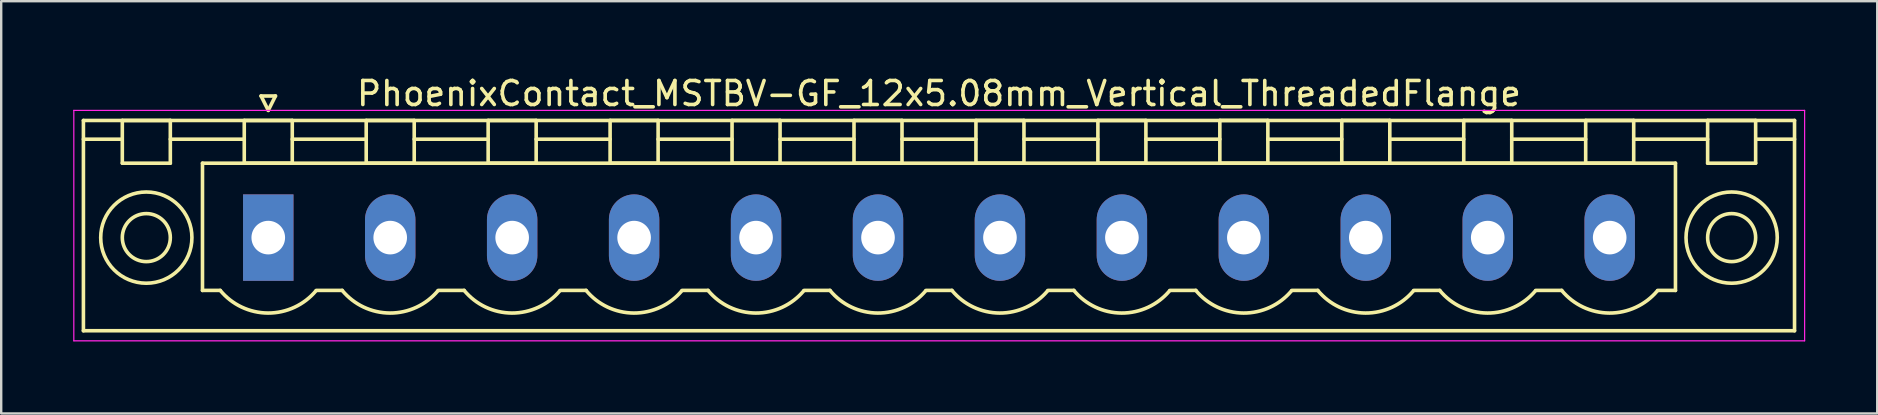
<source format=kicad_pcb>
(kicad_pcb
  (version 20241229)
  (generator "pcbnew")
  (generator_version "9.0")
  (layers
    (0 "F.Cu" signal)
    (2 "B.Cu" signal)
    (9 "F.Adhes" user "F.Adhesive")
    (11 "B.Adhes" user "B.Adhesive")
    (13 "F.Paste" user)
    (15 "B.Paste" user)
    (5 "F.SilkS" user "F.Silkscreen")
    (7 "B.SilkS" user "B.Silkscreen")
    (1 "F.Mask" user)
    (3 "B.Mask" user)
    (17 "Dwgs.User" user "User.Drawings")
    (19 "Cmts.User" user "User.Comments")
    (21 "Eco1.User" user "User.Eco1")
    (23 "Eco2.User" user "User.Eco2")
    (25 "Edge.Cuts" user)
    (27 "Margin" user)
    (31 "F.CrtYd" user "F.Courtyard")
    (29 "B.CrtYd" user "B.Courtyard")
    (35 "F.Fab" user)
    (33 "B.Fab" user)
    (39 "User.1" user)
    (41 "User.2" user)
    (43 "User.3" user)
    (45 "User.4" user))
  (footprint "PhoenixContact_MSTBV-GF_12x5.08mm_Vertical_ThreadedFlange"
    (layer "F.Cu")
    (at 8.125 6.848)
    (property "Reference" "PhoenixContact_MSTBV-GF_12x5.08mm_Vertical_ThreadedFlange" (at 27.94 -6 0) (layer "F.SilkS") (effects (font (size 1 1) (thickness 0.15))))
    (attr through_hole)
    (fp_line (start -7.7 -4.88) (end -7.7 3.88) (stroke (width 0.15) (type solid)) (layer "F.SilkS"))
    (fp_line (start -7.7 -4.1) (end -6.16 -4.1) (stroke (width 0.15) (type solid)) (layer "F.SilkS"))
    (fp_line (start -7.7 3.88) (end 63.58 3.88) (stroke (width 0.15) (type solid)) (layer "F.SilkS"))
    (fp_line (start -6.08 -4.88) (end -4.08 -4.88) (stroke (width 0.15) (type solid)) (layer "F.SilkS"))
    (fp_line (start -6.08 -3.1) (end -6.08 -4.88) (stroke (width 0.15) (type solid)) (layer "F.SilkS"))
    (fp_line (start -4.08 -4.88) (end -4.08 -3.1) (stroke (width 0.15) (type solid)) (layer "F.SilkS"))
    (fp_line (start -4.08 -4.1) (end -1 -4.1) (stroke (width 0.15) (type solid)) (layer "F.SilkS"))
    (fp_line (start -4.08 -3.1) (end -6.08 -3.1) (stroke (width 0.15) (type solid)) (layer "F.SilkS"))
    (fp_line (start -2.74 -3.1) (end 58.62 -3.1) (stroke (width 0.15) (type solid)) (layer "F.SilkS"))
    (fp_line (start -2.74 2.2) (end -2.74 -3.1) (stroke (width 0.15) (type solid)) (layer "F.SilkS"))
    (fp_line (start -2 2.2) (end -2.74 2.2) (stroke (width 0.15) (type solid)) (layer "F.SilkS"))
    (fp_line (start -1 -4.88) (end 1 -4.88) (stroke (width 0.15) (type solid)) (layer "F.SilkS"))
    (fp_line (start -1 -3.1) (end -1 -4.88) (stroke (width 0.15) (type solid)) (layer "F.SilkS"))
    (fp_line (start -0.3 -5.9) (end 0 -5.3) (stroke (width 0.15) (type solid)) (layer "F.SilkS"))
    (fp_line (start 0 -5.3) (end 0.3 -5.9) (stroke (width 0.15) (type solid)) (layer "F.SilkS"))
    (fp_line (start 0.3 -5.9) (end -0.3 -5.9) (stroke (width 0.15) (type solid)) (layer "F.SilkS"))
    (fp_line (start 1 -4.88) (end 1 -3.1) (stroke (width 0.15) (type solid)) (layer "F.SilkS"))
    (fp_line (start 1 -4.1) (end 4.08 -4.1) (stroke (width 0.15) (type solid)) (layer "F.SilkS"))
    (fp_line (start 1 -3.1) (end -1 -3.1) (stroke (width 0.15) (type solid)) (layer "F.SilkS"))
    (fp_line (start 2 2.2) (end 3.08 2.2) (stroke (width 0.15) (type solid)) (layer "F.SilkS"))
    (fp_line (start 4.08 -4.88) (end 6.08 -4.88) (stroke (width 0.15) (type solid)) (layer "F.SilkS"))
    (fp_line (start 4.08 -3.1) (end 4.08 -4.88) (stroke (width 0.15) (type solid)) (layer "F.SilkS"))
    (fp_line (start 6.08 -4.88) (end 6.08 -3.1) (stroke (width 0.15) (type solid)) (layer "F.SilkS"))
    (fp_line (start 6.08 -4.1) (end 9.16 -4.1) (stroke (width 0.15) (type solid)) (layer "F.SilkS"))
    (fp_line (start 6.08 -3.1) (end 4.08 -3.1) (stroke (width 0.15) (type solid)) (layer "F.SilkS"))
    (fp_line (start 7.08 2.2) (end 8.16 2.2) (stroke (width 0.15) (type solid)) (layer "F.SilkS"))
    (fp_line (start 9.16 -4.88) (end 11.16 -4.88) (stroke (width 0.15) (type solid)) (layer "F.SilkS"))
    (fp_line (start 9.16 -3.1) (end 9.16 -4.88) (stroke (width 0.15) (type solid)) (layer "F.SilkS"))
    (fp_line (start 11.16 -4.88) (end 11.16 -3.1) (stroke (width 0.15) (type solid)) (layer "F.SilkS"))
    (fp_line (start 11.16 -4.1) (end 14.24 -4.1) (stroke (width 0.15) (type solid)) (layer "F.SilkS"))
    (fp_line (start 11.16 -3.1) (end 9.16 -3.1) (stroke (width 0.15) (type solid)) (layer "F.SilkS"))
    (fp_line (start 12.16 2.2) (end 13.24 2.2) (stroke (width 0.15) (type solid)) (layer "F.SilkS"))
    (fp_line (start 14.24 -4.88) (end 16.24 -4.88) (stroke (width 0.15) (type solid)) (layer "F.SilkS"))
    (fp_line (start 14.24 -3.1) (end 14.24 -4.88) (stroke (width 0.15) (type solid)) (layer "F.SilkS"))
    (fp_line (start 16.24 -4.88) (end 16.24 -3.1) (stroke (width 0.15) (type solid)) (layer "F.SilkS"))
    (fp_line (start 16.24 -4.1) (end 19.32 -4.1) (stroke (width 0.15) (type solid)) (layer "F.SilkS"))
    (fp_line (start 16.24 -3.1) (end 14.24 -3.1) (stroke (width 0.15) (type solid)) (layer "F.SilkS"))
    (fp_line (start 17.24 2.2) (end 18.32 2.2) (stroke (width 0.15) (type solid)) (layer "F.SilkS"))
    (fp_line (start 19.32 -4.88) (end 21.32 -4.88) (stroke (width 0.15) (type solid)) (layer "F.SilkS"))
    (fp_line (start 19.32 -3.1) (end 19.32 -4.88) (stroke (width 0.15) (type solid)) (layer "F.SilkS"))
    (fp_line (start 21.32 -4.88) (end 21.32 -3.1) (stroke (width 0.15) (type solid)) (layer "F.SilkS"))
    (fp_line (start 21.32 -4.1) (end 24.4 -4.1) (stroke (width 0.15) (type solid)) (layer "F.SilkS"))
    (fp_line (start 21.32 -3.1) (end 19.32 -3.1) (stroke (width 0.15) (type solid)) (layer "F.SilkS"))
    (fp_line (start 22.32 2.2) (end 23.4 2.2) (stroke (width 0.15) (type solid)) (layer "F.SilkS"))
    (fp_line (start 24.4 -4.88) (end 26.4 -4.88) (stroke (width 0.15) (type solid)) (layer "F.SilkS"))
    (fp_line (start 24.4 -3.1) (end 24.4 -4.88) (stroke (width 0.15) (type solid)) (layer "F.SilkS"))
    (fp_line (start 26.4 -4.88) (end 26.4 -3.1) (stroke (width 0.15) (type solid)) (layer "F.SilkS"))
    (fp_line (start 26.4 -4.1) (end 29.48 -4.1) (stroke (width 0.15) (type solid)) (layer "F.SilkS"))
    (fp_line (start 26.4 -3.1) (end 24.4 -3.1) (stroke (width 0.15) (type solid)) (layer "F.SilkS"))
    (fp_line (start 27.4 2.2) (end 28.48 2.2) (stroke (width 0.15) (type solid)) (layer "F.SilkS"))
    (fp_line (start 29.48 -4.88) (end 31.48 -4.88) (stroke (width 0.15) (type solid)) (layer "F.SilkS"))
    (fp_line (start 29.48 -3.1) (end 29.48 -4.88) (stroke (width 0.15) (type solid)) (layer "F.SilkS"))
    (fp_line (start 31.48 -4.88) (end 31.48 -3.1) (stroke (width 0.15) (type solid)) (layer "F.SilkS"))
    (fp_line (start 31.48 -4.1) (end 34.56 -4.1) (stroke (width 0.15) (type solid)) (layer "F.SilkS"))
    (fp_line (start 31.48 -3.1) (end 29.48 -3.1) (stroke (width 0.15) (type solid)) (layer "F.SilkS"))
    (fp_line (start 32.48 2.2) (end 33.56 2.2) (stroke (width 0.15) (type solid)) (layer "F.SilkS"))
    (fp_line (start 34.56 -4.88) (end 36.56 -4.88) (stroke (width 0.15) (type solid)) (layer "F.SilkS"))
    (fp_line (start 34.56 -3.1) (end 34.56 -4.88) (stroke (width 0.15) (type solid)) (layer "F.SilkS"))
    (fp_line (start 36.56 -4.88) (end 36.56 -3.1) (stroke (width 0.15) (type solid)) (layer "F.SilkS"))
    (fp_line (start 36.56 -4.1) (end 39.64 -4.1) (stroke (width 0.15) (type solid)) (layer "F.SilkS"))
    (fp_line (start 36.56 -3.1) (end 34.56 -3.1) (stroke (width 0.15) (type solid)) (layer "F.SilkS"))
    (fp_line (start 37.56 2.2) (end 38.64 2.2) (stroke (width 0.15) (type solid)) (layer "F.SilkS"))
    (fp_line (start 39.64 -4.88) (end 41.64 -4.88) (stroke (width 0.15) (type solid)) (layer "F.SilkS"))
    (fp_line (start 39.64 -3.1) (end 39.64 -4.88) (stroke (width 0.15) (type solid)) (layer "F.SilkS"))
    (fp_line (start 41.64 -4.88) (end 41.64 -3.1) (stroke (width 0.15) (type solid)) (layer "F.SilkS"))
    (fp_line (start 41.64 -4.1) (end 44.72 -4.1) (stroke (width 0.15) (type solid)) (layer "F.SilkS"))
    (fp_line (start 41.64 -3.1) (end 39.64 -3.1) (stroke (width 0.15) (type solid)) (layer "F.SilkS"))
    (fp_line (start 42.64 2.2) (end 43.72 2.2) (stroke (width 0.15) (type solid)) (layer "F.SilkS"))
    (fp_line (start 44.72 -4.88) (end 46.72 -4.88) (stroke (width 0.15) (type solid)) (layer "F.SilkS"))
    (fp_line (start 44.72 -3.1) (end 44.72 -4.88) (stroke (width 0.15) (type solid)) (layer "F.SilkS"))
    (fp_line (start 46.72 -4.88) (end 46.72 -3.1) (stroke (width 0.15) (type solid)) (layer "F.SilkS"))
    (fp_line (start 46.72 -4.1) (end 49.8 -4.1) (stroke (width 0.15) (type solid)) (layer "F.SilkS"))
    (fp_line (start 46.72 -3.1) (end 44.72 -3.1) (stroke (width 0.15) (type solid)) (layer "F.SilkS"))
    (fp_line (start 47.72 2.2) (end 48.8 2.2) (stroke (width 0.15) (type solid)) (layer "F.SilkS"))
    (fp_line (start 49.8 -4.88) (end 51.8 -4.88) (stroke (width 0.15) (type solid)) (layer "F.SilkS"))
    (fp_line (start 49.8 -3.1) (end 49.8 -4.88) (stroke (width 0.15) (type solid)) (layer "F.SilkS"))
    (fp_line (start 51.8 -4.88) (end 51.8 -3.1) (stroke (width 0.15) (type solid)) (layer "F.SilkS"))
    (fp_line (start 51.8 -4.1) (end 54.88 -4.1) (stroke (width 0.15) (type solid)) (layer "F.SilkS"))
    (fp_line (start 51.8 -3.1) (end 49.8 -3.1) (stroke (width 0.15) (type solid)) (layer "F.SilkS"))
    (fp_line (start 52.8 2.2) (end 53.88 2.2) (stroke (width 0.15) (type solid)) (layer "F.SilkS"))
    (fp_line (start 54.88 -4.88) (end 56.88 -4.88) (stroke (width 0.15) (type solid)) (layer "F.SilkS"))
    (fp_line (start 54.88 -3.1) (end 54.88 -4.88) (stroke (width 0.15) (type solid)) (layer "F.SilkS"))
    (fp_line (start 56.88 -4.88) (end 56.88 -3.1) (stroke (width 0.15) (type solid)) (layer "F.SilkS"))
    (fp_line (start 56.88 -4.1) (end 59.96 -4.1) (stroke (width 0.15) (type solid)) (layer "F.SilkS"))
    (fp_line (start 56.88 -3.1) (end 54.88 -3.1) (stroke (width 0.15) (type solid)) (layer "F.SilkS"))
    (fp_line (start 58.62 -3.1) (end 58.62 2.2) (stroke (width 0.15) (type solid)) (layer "F.SilkS"))
    (fp_line (start 58.62 2.2) (end 57.88 2.2) (stroke (width 0.15) (type solid)) (layer "F.SilkS"))
    (fp_line (start 59.96 -4.88) (end 61.96 -4.88) (stroke (width 0.15) (type solid)) (layer "F.SilkS"))
    (fp_line (start 59.96 -3.1) (end 59.96 -4.88) (stroke (width 0.15) (type solid)) (layer "F.SilkS"))
    (fp_line (start 61.96 -4.88) (end 61.96 -3.1) (stroke (width 0.15) (type solid)) (layer "F.SilkS"))
    (fp_line (start 61.96 -3.1) (end 59.96 -3.1) (stroke (width 0.15) (type solid)) (layer "F.SilkS"))
    (fp_line (start 63.58 -4.88) (end -7.7 -4.88) (stroke (width 0.15) (type solid)) (layer "F.SilkS"))
    (fp_line (start 63.58 -4.1) (end 62.04 -4.1) (stroke (width 0.15) (type solid)) (layer "F.SilkS"))
    (fp_line (start 63.58 3.88) (end 63.58 -4.88) (stroke (width 0.15) (type solid)) (layer "F.SilkS"))
    (fp_arc (start 1.986842 2.215821) (mid -0.010289 3.142758) (end -2 2.2) (stroke (width 0.15) (type solid)) (layer "F.SilkS"))
    (fp_arc (start 7.066842 2.215821) (mid 5.069711 3.142758) (end 3.08 2.2) (stroke (width 0.15) (type solid)) (layer "F.SilkS"))
    (fp_arc (start 12.146842 2.215821) (mid 10.149711 3.142758) (end 8.16 2.2) (stroke (width 0.15) (type solid)) (layer "F.SilkS"))
    (fp_arc (start 17.226842 2.215821) (mid 15.229711 3.142758) (end 13.24 2.2) (stroke (width 0.15) (type solid)) (layer "F.SilkS"))
    (fp_arc (start 22.306842 2.215821) (mid 20.309711 3.142758) (end 18.32 2.2) (stroke (width 0.15) (type solid)) (layer "F.SilkS"))
    (fp_arc (start 27.386842 2.215821) (mid 25.389711 3.142758) (end 23.4 2.2) (stroke (width 0.15) (type solid)) (layer "F.SilkS"))
    (fp_arc (start 32.466842 2.215821) (mid 30.469711 3.142758) (end 28.48 2.2) (stroke (width 0.15) (type solid)) (layer "F.SilkS"))
    (fp_arc (start 37.546842 2.215821) (mid 35.549711 3.142758) (end 33.56 2.2) (stroke (width 0.15) (type solid)) (layer "F.SilkS"))
    (fp_arc (start 42.626842 2.215821) (mid 40.629711 3.142758) (end 38.64 2.2) (stroke (width 0.15) (type solid)) (layer "F.SilkS"))
    (fp_arc (start 47.706842 2.215821) (mid 45.709711 3.142758) (end 43.72 2.2) (stroke (width 0.15) (type solid)) (layer "F.SilkS"))
    (fp_arc (start 52.786842 2.215821) (mid 50.789711 3.142758) (end 48.8 2.2) (stroke (width 0.15) (type solid)) (layer "F.SilkS"))
    (fp_arc (start 57.866842 2.215821) (mid 55.869711 3.142758) (end 53.88 2.2) (stroke (width 0.15) (type solid)) (layer "F.SilkS"))
    (fp_circle (center -5.08 0) (end -4.08 0) (stroke (width 0.15) (type solid)) (fill no) (layer "F.SilkS"))
    (fp_circle (center -5.08 0) (end -3.18 0) (stroke (width 0.15) (type solid)) (fill no) (layer "F.SilkS"))
    (fp_circle (center 60.96 0) (end 61.96 0) (stroke (width 0.15) (type solid)) (fill no) (layer "F.SilkS"))
    (fp_circle (center 60.96 0) (end 62.86 0) (stroke (width 0.15) (type solid)) (fill no) (layer "F.SilkS"))
    (fp_line (start -8.1 -5.3) (end -8.1 4.3) (stroke (width 0.05) (type solid)) (layer "F.CrtYd"))
    (fp_line (start -8.1 4.3) (end 64 4.3) (stroke (width 0.05) (type solid)) (layer "F.CrtYd"))
    (fp_line (start 64 -5.3) (end -8.1 -5.3) (stroke (width 0.05) (type solid)) (layer "F.CrtYd"))
    (fp_line (start 64 4.3) (end 64 -5.3) (stroke (width 0.05) (type solid)) (layer "F.CrtYd"))
    (pad "1" thru_hole rect (at 0 0) (size 2.1 3.6) (drill 1.4) (layers "*.Cu" "*.Mask"))
    (pad "2" thru_hole oval (at 5.08 0) (size 2.1 3.6) (drill 1.4) (layers "*.Cu" "*.Mask"))
    (pad "3" thru_hole oval (at 10.16 0) (size 2.1 3.6) (drill 1.4) (layers "*.Cu" "*.Mask"))
    (pad "4" thru_hole oval (at 15.24 0) (size 2.1 3.6) (drill 1.4) (layers "*.Cu" "*.Mask"))
    (pad "5" thru_hole oval (at 20.32 0) (size 2.1 3.6) (drill 1.4) (layers "*.Cu" "*.Mask"))
    (pad "6" thru_hole oval (at 25.4 0) (size 2.1 3.6) (drill 1.4) (layers "*.Cu" "*.Mask"))
    (pad "7" thru_hole oval (at 30.48 0) (size 2.1 3.6) (drill 1.4) (layers "*.Cu" "*.Mask"))
    (pad "8" thru_hole oval (at 35.56 0) (size 2.1 3.6) (drill 1.4) (layers "*.Cu" "*.Mask"))
    (pad "9" thru_hole oval (at 40.64 0) (size 2.1 3.6) (drill 1.4) (layers "*.Cu" "*.Mask"))
    (pad "10" thru_hole oval (at 45.72 0) (size 2.1 3.6) (drill 1.4) (layers "*.Cu" "*.Mask"))
    (pad "11" thru_hole oval (at 50.8 0) (size 2.1 3.6) (drill 1.4) (layers "*.Cu" "*.Mask"))
    (pad "12" thru_hole oval (at 55.88 0) (size 2.1 3.6) (drill 1.4) (layers "*.Cu" "*.Mask")))
  (gr_rect
    (start -3 -3)
    (end 75.15 14.173)
    (stroke (width 0.1) (type default))
    (fill no)
    (layer "Edge.Cuts")))
</source>
